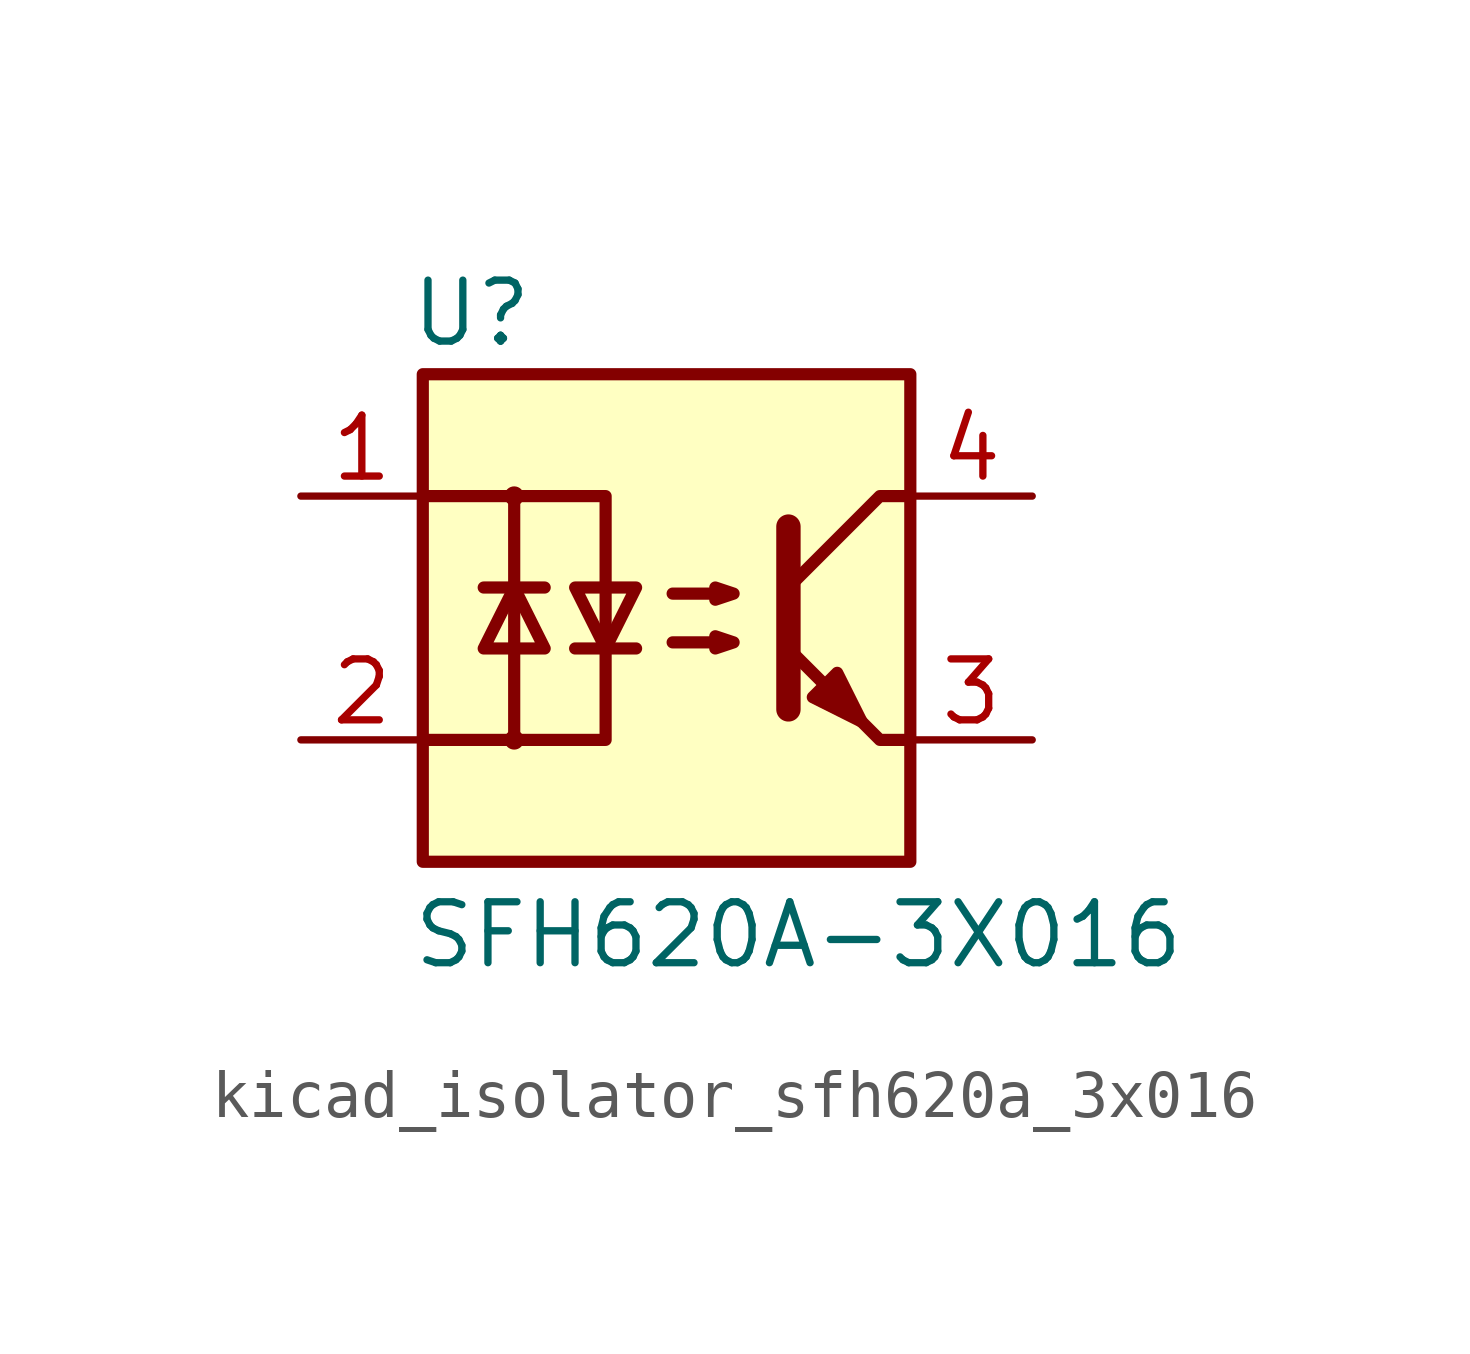
<source format=kicad_sym>
(kicad_symbol_lib
  (version 20220914)
  (generator kicad_symbol_editor)
  (symbol "kicad_isolator_sfh620a_3x016"
    (pin_names
      (offset 1.016))
    (property "Reference" "U"
      (at -4.064 6.35 0)
      (effects (font (size 1.27 1.27))))
    (property "Value" "SFH620A-3X016"
      (at -5.334 -6.604 0)
      (effects (font (size 1.27 1.27)) (justify left)))
    (symbol "kicad_isolator_sfh620a_3x016_1_1"
      (rectangle (start -5.08 5.08) (end 5.08 -5.08) (stroke (width 0.254) (type default)) (fill (type background)))
      (circle (center -3.175 -2.54) (radius 0.127) (stroke (width 0) (type default)) (fill (type none)))
      (circle (center -3.175 2.54) (radius 0.127) (stroke (width 0) (type default)) (fill (type none)))
      (polyline (pts (xy -3.81 0.635) (xy -2.54 0.635)) (stroke (width 0.254) (type default)) (fill (type none)))
      (polyline (pts (xy -1.905 -0.635) (xy -0.635 -0.635)) (stroke (width 0.254) (type default)) (fill (type none)))
      (polyline (pts (xy 2.54 1.905) (xy 2.54 -1.905) (xy 2.54 -1.905)) (stroke (width 0.508) (type default)) (fill (type none)))
      (polyline (pts (xy 5.08 -2.54) (xy 4.445 -2.54) (xy 2.54 -0.635)) (stroke (width 0.254) (type default)) (fill (type none)))
      (polyline (pts (xy 5.08 2.54) (xy 4.445 2.54) (xy 2.54 0.635)) (stroke (width 0.254) (type default)) (fill (type none)))
      (polyline (pts (xy -5.08 2.54) (xy -3.175 2.54) (xy -3.175 -2.54) (xy -5.08 -2.54)) (stroke (width 0.254) (type default)) (fill (type none)))
      (polyline (pts (xy -3.175 -2.54) (xy -1.27 -2.54) (xy -1.27 2.54) (xy -3.175 2.54)) (stroke (width 0.254) (type default)) (fill (type none)))
      (polyline (pts (xy -3.175 0.635) (xy -3.81 -0.635) (xy -2.54 -0.635) (xy -3.175 0.635)) (stroke (width 0.254) (type default)) (fill (type none)))
      (polyline (pts (xy -1.27 -0.635) (xy -1.905 0.635) (xy -0.635 0.635) (xy -1.27 -0.635)) (stroke (width 0.254) (type default)) (fill (type none)))
      (polyline (pts (xy 0.127 -0.508) (xy 1.397 -0.508) (xy 1.016 -0.635) (xy 1.016 -0.381) (xy 1.397 -0.508)) (stroke (width 0.254) (type default)) (fill (type none)))
      (polyline (pts (xy 0.127 0.508) (xy 1.397 0.508) (xy 1.016 0.381) (xy 1.016 0.635) (xy 1.397 0.508)) (stroke (width 0.254) (type default)) (fill (type none)))
      (polyline (pts (xy 3.048 -1.651) (xy 3.556 -1.143) (xy 4.064 -2.159) (xy 3.048 -1.651) (xy 3.048 -1.651)) (stroke (width 0.254) (type default)) (fill (type outline)))
      (pin passive line (at -7.62 2.54 0) (length 2.54) (name "~" (effects (font (size 1.27 1.27)))) (number "1" (effects (font (size 1.27 1.27)))))
      (pin passive line (at -7.62 -2.54 0) (length 2.54) (name "~" (effects (font (size 1.27 1.27)))) (number "2" (effects (font (size 1.27 1.27)))))
      (pin passive line (at 7.62 -2.54 180) (length 2.54) (name "~" (effects (font (size 1.27 1.27)))) (number "3" (effects (font (size 1.27 1.27)))))
      (pin passive line (at 7.62 2.54 180) (length 2.54) (name "~" (effects (font (size 1.27 1.27)))) (number "4" (effects (font (size 1.27 1.27))))))))
</source>
